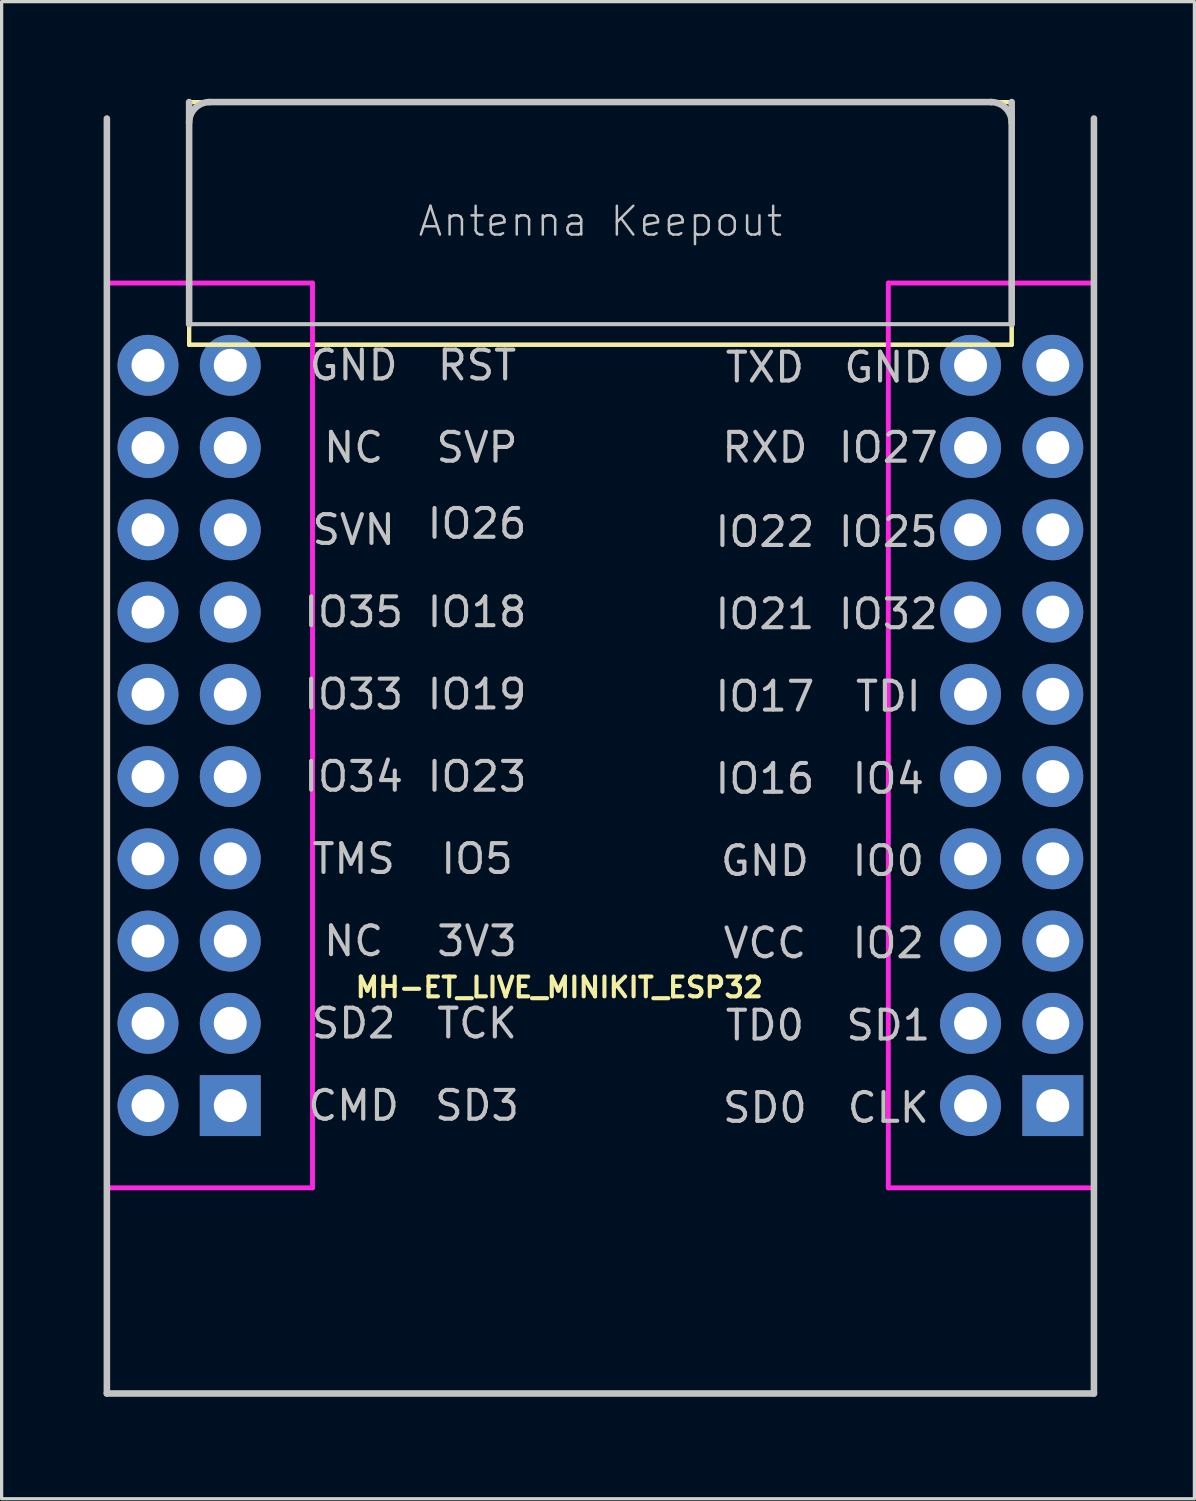
<source format=kicad_pcb>
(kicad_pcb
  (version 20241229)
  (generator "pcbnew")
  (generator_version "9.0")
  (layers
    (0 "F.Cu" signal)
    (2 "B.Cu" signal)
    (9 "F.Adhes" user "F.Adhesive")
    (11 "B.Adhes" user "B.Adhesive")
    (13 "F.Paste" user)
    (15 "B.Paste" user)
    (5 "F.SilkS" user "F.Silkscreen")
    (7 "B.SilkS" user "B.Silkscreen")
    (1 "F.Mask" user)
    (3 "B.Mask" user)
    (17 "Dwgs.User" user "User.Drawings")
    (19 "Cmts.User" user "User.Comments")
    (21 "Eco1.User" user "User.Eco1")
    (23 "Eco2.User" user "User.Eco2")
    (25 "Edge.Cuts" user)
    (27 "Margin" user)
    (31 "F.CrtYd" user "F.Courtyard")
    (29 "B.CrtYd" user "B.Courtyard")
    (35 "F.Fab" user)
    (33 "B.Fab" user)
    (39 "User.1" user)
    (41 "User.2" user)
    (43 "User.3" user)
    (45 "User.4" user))
  (footprint "MH-ET_LIVE_MINIKIT_ESP32"
    (layer "F.Cu")
    (at 0.25 39.98)
    (property "Reference" "MH-ET_LIVE_MINIKIT_ESP32" (at 13.97 -12.54 0) (layer "F.SilkS") (effects (font (size 0.61 0.61) (thickness 0.127))))
    (attr through_hole)
    (fp_line (start 2.54 -39.878) (end 2.54 -32.385) (stroke (width 0.127) (type solid)) (layer "F.SilkS"))
    (fp_line (start 2.54 -39.878) (end 2.54 -32.385) (stroke (width 0.127) (type solid)) (layer "F.SilkS"))
    (fp_line (start 2.54 -32.385) (end 27.94 -32.385) (stroke (width 0.127) (type solid)) (layer "F.SilkS"))
    (fp_line (start 2.54 -32.385) (end 27.94 -32.385) (stroke (width 0.127) (type solid)) (layer "F.SilkS"))
    (fp_line (start 27.94 -39.878) (end 2.54 -39.878) (stroke (width 0.127) (type solid)) (layer "F.SilkS"))
    (fp_line (start 27.94 -39.878) (end 2.54 -39.878) (stroke (width 0.127) (type solid)) (layer "F.SilkS"))
    (fp_line (start 27.94 -32.385) (end 27.94 -39.878) (stroke (width 0.127) (type solid)) (layer "F.SilkS"))
    (fp_line (start 27.94 -32.385) (end 27.94 -39.878) (stroke (width 0.127) (type solid)) (layer "F.SilkS"))
    (fp_line (start 0 0) (end 0 -39.37) (stroke (width 0.203) (type solid)) (layer "Dwgs.User"))
    (fp_line (start 2.54 -33.02) (end 2.54 -39.878) (stroke (width 0.203) (type solid)) (layer "Dwgs.User"))
    (fp_line (start 2.54 -33.02) (end 27.94 -33.02) (stroke (width 0.127) (type solid)) (layer "Dwgs.User"))
    (fp_line (start 3.175 -39.878) (end 27.305 -39.878) (stroke (width 0.203) (type solid)) (layer "Dwgs.User"))
    (fp_line (start 27.94 -39.878) (end 27.94 -33.02) (stroke (width 0.203) (type solid)) (layer "Dwgs.User"))
    (fp_line (start 30.48 -39.37) (end 30.48 0) (stroke (width 0.203) (type solid)) (layer "Dwgs.User"))
    (fp_line (start 30.48 0) (end 0 0) (stroke (width 0.203) (type solid)) (layer "Dwgs.User"))
    (fp_arc (start 2.54 -39.243) (mid 2.725987 -39.692013) (end 3.175 -39.878) (stroke (width 0.2032) (type solid)) (layer "Dwgs.User"))
    (fp_arc (start 27.305 -39.878) (mid 27.754013 -39.692013) (end 27.94 -39.243) (stroke (width 0.2032) (type solid)) (layer "Dwgs.User"))
    (fp_line (start 0 -34.29) (end 6.35 -34.29) (stroke (width 0.15) (type solid)) (layer "F.CrtYd"))
    (fp_line (start 0 -6.35) (end 0 -34.29) (stroke (width 0.15) (type solid)) (layer "F.CrtYd"))
    (fp_line (start 6.35 -34.29) (end 6.35 -6.35) (stroke (width 0.15) (type solid)) (layer "F.CrtYd"))
    (fp_line (start 6.35 -6.35) (end 0 -6.35) (stroke (width 0.15) (type solid)) (layer "F.CrtYd"))
    (fp_line (start 24.13 -34.29) (end 24.13 -6.35) (stroke (width 0.15) (type solid)) (layer "F.CrtYd"))
    (fp_line (start 24.13 -6.35) (end 30.48 -6.35) (stroke (width 0.15) (type solid)) (layer "F.CrtYd"))
    (fp_line (start 30.48 -34.29) (end 24.13 -34.29) (stroke (width 0.15) (type solid)) (layer "F.CrtYd"))
    (fp_line (start 30.48 -34.29) (end 30.48 -6.35) (stroke (width 0.15) (type solid)) (layer "F.CrtYd"))
    (fp_text user "IO19" (at 11.43 -21.59 0) (layer "Dwgs.User") (effects (font (size 0.889 0.889) (thickness 0.127))))
    (fp_text user "3V3" (at 11.43 -13.97 0) (layer "Dwgs.User") (effects (font (size 0.889 0.889) (thickness 0.127))))
    (fp_text user "TD0" (at 20.32 -11.367 0) (layer "Dwgs.User") (effects (font (size 0.889 0.889) (thickness 0.127))))
    (fp_text user "IO5" (at 11.43 -16.51 0) (layer "Dwgs.User") (effects (font (size 0.889 0.889) (thickness 0.127))))
    (fp_text user "IO2" (at 24.13 -13.906 0) (layer "Dwgs.User") (effects (font (size 0.889 0.889) (thickness 0.127))))
    (fp_text user "TDI" (at 24.13 -21.526 0) (layer "Dwgs.User") (effects (font (size 0.889 0.889) (thickness 0.127))))
    (fp_text user "IO35" (at 7.62 -24.13 0) (layer "Dwgs.User") (effects (font (size 0.889 0.889) (thickness 0.127))))
    (fp_text user "CMD" (at 7.62 -8.89 0) (layer "Dwgs.User") (effects (font (size 0.889 0.889) (thickness 0.127))))
    (fp_text user "GND" (at 7.62 -31.75 0) (layer "Dwgs.User") (effects (font (size 0.889 0.889) (thickness 0.127))))
    (fp_text user "SVN" (at 7.62 -26.67 0) (layer "Dwgs.User") (effects (font (size 0.889 0.889) (thickness 0.127))))
    (fp_text user "IO34" (at 7.62 -19.05 0) (layer "Dwgs.User") (effects (font (size 0.889 0.889) (thickness 0.127))))
    (fp_text user "TMS" (at 7.62 -16.51 0) (layer "Dwgs.User") (effects (font (size 0.889 0.889) (thickness 0.127))))
    (fp_text user "IO23" (at 11.43 -19.05 0) (layer "Dwgs.User") (effects (font (size 0.889 0.889) (thickness 0.127))))
    (fp_text user "IO0" (at 24.13 -16.447 0) (layer "Dwgs.User") (effects (font (size 0.889 0.889) (thickness 0.127))))
    (fp_text user "RST" (at 11.43 -31.75 0) (layer "Dwgs.User") (effects (font (size 0.889 0.889) (thickness 0.127))))
    (fp_text user "IO17" (at 20.32 -21.524 0) (layer "Dwgs.User") (effects (font (size 0.889 0.889) (thickness 0.127))))
    (fp_text user "SD3" (at 11.43 -8.89 0) (layer "Dwgs.User") (effects (font (size 0.889 0.889) (thickness 0.127))))
    (fp_text user "VCC" (at 20.32 -13.906 0) (layer "Dwgs.User") (effects (font (size 0.889 0.889) (thickness 0.127))))
    (fp_text user "SD1" (at 24.13 -11.367 0) (layer "Dwgs.User") (effects (font (size 0.889 0.889) (thickness 0.127))))
    (fp_text user "IO33" (at 7.62 -21.59 0) (layer "Dwgs.User") (effects (font (size 0.889 0.889) (thickness 0.127))))
    (fp_text user "NC" (at 7.62 -13.97 0) (layer "Dwgs.User") (effects (font (size 0.889 0.889) (thickness 0.127))))
    (fp_text user "RXD" (at 20.32 -29.21 0) (layer "Dwgs.User") (effects (font (size 0.889 0.889) (thickness 0.127))))
    (fp_text user "IO18" (at 11.43 -24.13 0) (layer "Dwgs.User") (effects (font (size 0.889 0.889) (thickness 0.127))))
    (fp_text user "IO4" (at 24.13 -18.986 0) (layer "Dwgs.User") (effects (font (size 0.889 0.889) (thickness 0.127))))
    (fp_text user "Antenna Keepout" (at 15.24 -36.195 0) (layer "Dwgs.User") (effects (font (size 0.889 0.889) (thickness 0.076))))
    (fp_text user "IO22" (at 20.32 -26.607 0) (layer "Dwgs.User") (effects (font (size 0.889 0.889) (thickness 0.127))))
    (fp_text user "IO25" (at 24.13 -26.607 0) (layer "Dwgs.User") (effects (font (size 0.889 0.889) (thickness 0.127))))
    (fp_text user "IO27" (at 24.13 -29.21 0) (layer "Dwgs.User") (effects (font (size 0.889 0.889) (thickness 0.127))))
    (fp_text user "IO26" (at 11.43 -26.86 0) (layer "Dwgs.User") (effects (font (size 0.889 0.889) (thickness 0.127))))
    (fp_text user "IO32" (at 24.13 -24.067 0) (layer "Dwgs.User") (effects (font (size 0.889 0.889) (thickness 0.127))))
    (fp_text user "NC" (at 7.62 -29.21 0) (layer "Dwgs.User") (effects (font (size 0.889 0.889) (thickness 0.127))))
    (fp_text user "SD2" (at 7.62 -11.43 0) (layer "Dwgs.User") (effects (font (size 0.889 0.889) (thickness 0.127))))
    (fp_text user "GND" (at 24.13 -31.686 0) (layer "Dwgs.User") (effects (font (size 0.889 0.889) (thickness 0.127))))
    (fp_text user "TCK" (at 11.43 -11.43 0) (layer "Dwgs.User") (effects (font (size 0.889 0.889) (thickness 0.127))))
    (fp_text user "TXD" (at 20.32 -31.686 0) (layer "Dwgs.User") (effects (font (size 0.889 0.889) (thickness 0.127))))
    (fp_text user "SD0" (at 20.32 -8.824 0) (layer "Dwgs.User") (effects (font (size 0.889 0.889) (thickness 0.127))))
    (fp_text user "IO21" (at 20.32 -24.067 0) (layer "Dwgs.User") (effects (font (size 0.889 0.889) (thickness 0.127))))
    (fp_text user "SVP" (at 11.43 -29.21 0) (layer "Dwgs.User") (effects (font (size 0.889 0.889) (thickness 0.127))))
    (fp_text user "GND" (at 20.32 -16.447 0) (layer "Dwgs.User") (effects (font (size 0.889 0.889) (thickness 0.127))))
    (fp_text user "CLK" (at 24.13 -8.826 0) (layer "Dwgs.User") (effects (font (size 0.889 0.889) (thickness 0.127))))
    (fp_text user "IO16" (at 20.32 -18.986 0) (layer "Dwgs.User") (effects (font (size 0.889 0.889) (thickness 0.127))))
    (pad "" thru_hole circle (at 1.27 -29.21) (size 1.88 1.88) (drill 1.016) (layers "*.Cu" "*.Mask"))
    (pad "" thru_hole circle (at 1.27 -13.97) (size 1.88 1.88) (drill 1.016) (layers "*.Cu" "*.Mask"))
    (pad "" thru_hole circle (at 3.81 -31.75) (size 1.88 1.88) (drill 1.016) (layers "*.Cu" "*.Mask"))
    (pad "" thru_hole circle (at 3.81 -13.97) (size 1.88 1.88) (drill 1.016) (layers "*.Cu" "*.Mask"))
    (pad "" thru_hole circle (at 26.67 -31.75) (size 1.88 1.88) (drill 1.016) (layers "*.Cu" "*.Mask"))
    (pad "" thru_hole circle (at 29.21 -13.97) (size 1.88 1.88) (drill 1.016) (layers "*.Cu" "*.Mask"))
    (pad "0" thru_hole circle (at 29.21 -16.51) (size 1.88 1.88) (drill 1.016) (layers "*.Cu" "*.Mask"))
    (pad "1" thru_hole circle (at 1.27 -31.75) (size 1.88 1.88) (drill 1.016) (layers "*.Cu" "*.Mask"))
    (pad "1" thru_hole circle (at 26.67 -16.51) (size 1.88 1.88) (drill 1.016) (layers "*.Cu" "*.Mask"))
    (pad "1" thru_hole circle (at 29.21 -31.75) (size 1.88 1.88) (drill 1.016) (layers "*.Cu" "*.Mask"))
    (pad "2" thru_hole circle (at 26.67 -13.97) (size 1.88 1.88) (drill 1.016) (layers "*.Cu" "*.Mask"))
    (pad "3" thru_hole circle (at 26.67 -29.21) (size 1.88 1.88) (drill 1.016) (layers "*.Cu" "*.Mask"))
    (pad "4" thru_hole circle (at 29.21 -19.05) (size 1.88 1.88) (drill 1.016) (layers "*.Cu" "*.Mask"))
    (pad "5" thru_hole circle (at 3.81 -16.51) (size 1.88 1.88) (drill 1.016) (layers "*.Cu" "*.Mask"))
    (pad "6" thru_hole rect (at 29.21 -8.89) (size 1.88 1.88) (drill 1.016) (layers "*.Cu" "*.Mask"))
    (pad "7" thru_hole circle (at 26.67 -8.89) (size 1.88 1.88) (drill 1.016) (layers "*.Cu" "*.Mask"))
    (pad "8" thru_hole circle (at 29.21 -11.43) (size 1.88 1.88) (drill 1.016) (layers "*.Cu" "*.Mask"))
    (pad "9" thru_hole circle (at 1.27 -11.43) (size 1.88 1.88) (drill 1.016) (layers "*.Cu" "*.Mask"))
    (pad "10" thru_hole rect (at 3.81 -8.89) (size 1.88 1.88) (drill 1.016) (layers "*.Cu" "*.Mask"))
    (pad "11" thru_hole circle (at 1.27 -8.89) (size 1.88 1.88) (drill 1.016) (layers "*.Cu" "*.Mask"))
    (pad "12" thru_hole circle (at 29.21 -21.59) (size 1.88 1.88) (drill 1.016) (layers "*.Cu" "*.Mask"))
    (pad "13" thru_hole circle (at 3.81 -11.43) (size 1.88 1.88) (drill 1.016) (layers "*.Cu" "*.Mask"))
    (pad "14" thru_hole circle (at 1.27 -16.51) (size 1.88 1.88) (drill 1.016) (layers "*.Cu" "*.Mask"))
    (pad "15" thru_hole circle (at 26.67 -11.43) (size 1.88 1.88) (drill 1.016) (layers "*.Cu" "*.Mask"))
    (pad "16" thru_hole circle (at 26.67 -19.05) (size 1.88 1.88) (drill 1.016) (layers "*.Cu" "*.Mask"))
    (pad "17" thru_hole circle (at 26.67 -21.59) (size 1.88 1.88) (drill 1.016) (layers "*.Cu" "*.Mask"))
    (pad "18" thru_hole circle (at 3.81 -24.13) (size 1.88 1.88) (drill 1.016) (layers "*.Cu" "*.Mask"))
    (pad "19" thru_hole circle (at 3.81 -21.59) (size 1.88 1.88) (drill 1.016) (layers "*.Cu" "*.Mask"))
    (pad "21" thru_hole circle (at 26.67 -24.13) (size 1.88 1.88) (drill 1.016) (layers "*.Cu" "*.Mask"))
    (pad "22" thru_hole circle (at 26.67 -26.67) (size 1.88 1.88) (drill 1.016) (layers "*.Cu" "*.Mask"))
    (pad "23" thru_hole circle (at 3.81 -19.05) (size 1.88 1.88) (drill 1.016) (layers "*.Cu" "*.Mask"))
    (pad "25" thru_hole circle (at 29.21 -26.67) (size 1.88 1.88) (drill 1.016) (layers "*.Cu" "*.Mask"))
    (pad "26" thru_hole circle (at 3.81 -26.67) (size 1.88 1.88) (drill 1.016) (layers "*.Cu" "*.Mask"))
    (pad "27" thru_hole circle (at 29.21 -29.21) (size 1.88 1.88) (drill 1.016) (layers "*.Cu" "*.Mask"))
    (pad "32" thru_hole circle (at 29.21 -24.13) (size 1.88 1.88) (drill 1.016) (layers "*.Cu" "*.Mask"))
    (pad "33" thru_hole circle (at 1.27 -21.59) (size 1.88 1.88) (drill 1.016) (layers "*.Cu" "*.Mask"))
    (pad "34" thru_hole circle (at 1.27 -19.05) (size 1.88 1.88) (drill 1.016) (layers "*.Cu" "*.Mask"))
    (pad "35" thru_hole circle (at 1.27 -24.13) (size 1.88 1.88) (drill 1.016) (layers "*.Cu" "*.Mask"))
    (pad "36" thru_hole circle (at 3.81 -29.21) (size 1.88 1.88) (drill 1.016) (layers "*.Cu" "*.Mask"))
    (pad "39" thru_hole circle (at 1.27 -26.67) (size 1.88 1.88) (drill 1.016) (layers "*.Cu" "*.Mask")))
  (gr_rect
    (start -3 -3)
    (end 33.832 43.23)
    (stroke (width 0.1) (type default))
    (fill no)
    (layer "Edge.Cuts")))
</source>
